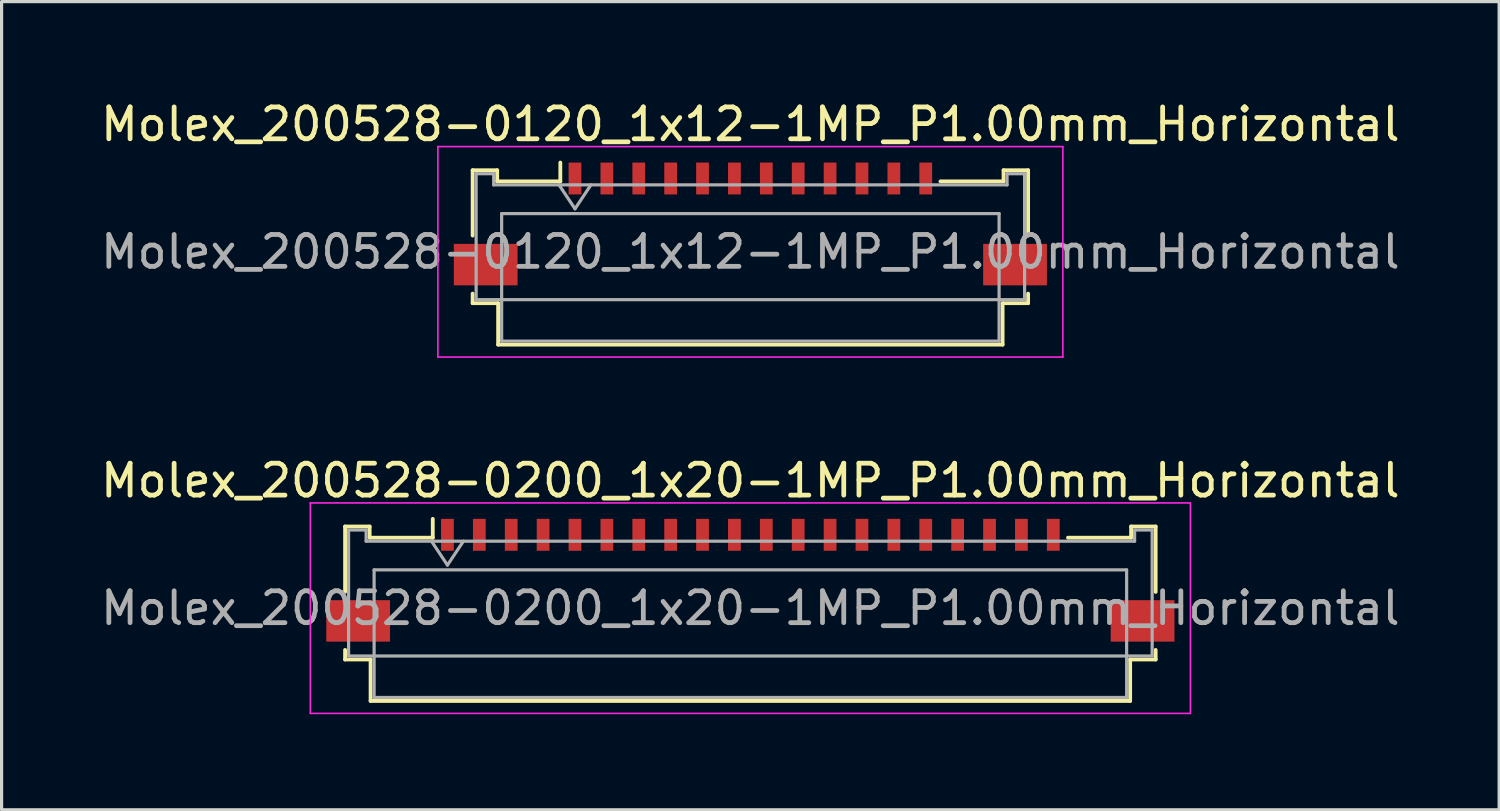
<source format=kicad_pcb>
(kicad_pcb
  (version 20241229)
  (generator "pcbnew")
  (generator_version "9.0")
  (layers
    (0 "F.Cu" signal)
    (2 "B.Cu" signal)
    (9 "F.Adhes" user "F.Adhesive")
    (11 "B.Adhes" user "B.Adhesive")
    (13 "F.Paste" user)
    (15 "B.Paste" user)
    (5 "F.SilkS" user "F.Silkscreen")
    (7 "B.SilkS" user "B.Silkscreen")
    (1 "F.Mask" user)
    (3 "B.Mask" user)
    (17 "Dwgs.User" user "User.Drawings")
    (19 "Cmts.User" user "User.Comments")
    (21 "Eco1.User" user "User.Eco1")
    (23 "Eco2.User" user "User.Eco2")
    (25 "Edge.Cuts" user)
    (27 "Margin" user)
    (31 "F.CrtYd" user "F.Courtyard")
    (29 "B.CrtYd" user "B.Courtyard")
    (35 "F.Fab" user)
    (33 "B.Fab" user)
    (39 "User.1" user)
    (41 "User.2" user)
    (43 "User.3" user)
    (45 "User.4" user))
  (footprint "Molex_200528-0200_1x20-1MP_P1.00mm_Horizontal"
    (layer "F.Cu")
    (at 20.482 14.632)
    (property "Reference" "Molex_200528-0200_1x20-1MP_P1.00mm_Horizontal" (at 0 -2.61 0) (layer "F.SilkS") (effects (font (size 1 1) (thickness 0.15))))
    (attr smd)
    (fp_line (start -12.71 -1.17) (end -12.71 0.88) (stroke (width 0.12) (type solid)) (layer "F.SilkS"))
    (fp_line (start -12.71 2.7) (end -12.71 3) (stroke (width 0.12) (type solid)) (layer "F.SilkS"))
    (fp_line (start -12.71 3) (end -11.91 3) (stroke (width 0.12) (type solid)) (layer "F.SilkS"))
    (fp_line (start -11.94 -1.17) (end -12.71 -1.17) (stroke (width 0.12) (type solid)) (layer "F.SilkS"))
    (fp_line (start -11.94 -0.82) (end -11.94 -1.17) (stroke (width 0.12) (type solid)) (layer "F.SilkS"))
    (fp_line (start -11.91 3) (end -11.91 4.3) (stroke (width 0.12) (type solid)) (layer "F.SilkS"))
    (fp_line (start -11.91 4.3) (end 11.91 4.3) (stroke (width 0.12) (type solid)) (layer "F.SilkS"))
    (fp_line (start -9.96 -1.41) (end -9.96 -0.82) (stroke (width 0.12) (type solid)) (layer "F.SilkS"))
    (fp_line (start -9.96 -0.82) (end -11.94 -0.82) (stroke (width 0.12) (type solid)) (layer "F.SilkS"))
    (fp_line (start 11.91 3) (end 12.71 3) (stroke (width 0.12) (type solid)) (layer "F.SilkS"))
    (fp_line (start 11.91 4.3) (end 11.91 3) (stroke (width 0.12) (type solid)) (layer "F.SilkS"))
    (fp_line (start 11.94 -1.17) (end 11.94 -0.82) (stroke (width 0.12) (type solid)) (layer "F.SilkS"))
    (fp_line (start 11.94 -0.82) (end 9.96 -0.82) (stroke (width 0.12) (type solid)) (layer "F.SilkS"))
    (fp_line (start 12.71 -1.17) (end 11.94 -1.17) (stroke (width 0.12) (type solid)) (layer "F.SilkS"))
    (fp_line (start 12.71 0.88) (end 12.71 -1.17) (stroke (width 0.12) (type solid)) (layer "F.SilkS"))
    (fp_line (start 12.71 3) (end 12.71 2.7) (stroke (width 0.12) (type solid)) (layer "F.SilkS"))
    (fp_line (start -13.8 -1.91) (end -13.8 4.69) (stroke (width 0.05) (type solid)) (layer "F.CrtYd"))
    (fp_line (start -13.8 4.69) (end 13.8 4.69) (stroke (width 0.05) (type solid)) (layer "F.CrtYd"))
    (fp_line (start 13.8 -1.91) (end -13.8 -1.91) (stroke (width 0.05) (type solid)) (layer "F.CrtYd"))
    (fp_line (start 13.8 4.69) (end 13.8 -1.91) (stroke (width 0.05) (type solid)) (layer "F.CrtYd"))
    (fp_line (start -12.6 -1.06) (end -12.6 2.89) (stroke (width 0.1) (type solid)) (layer "F.Fab"))
    (fp_line (start -12.6 2.89) (end 12.6 2.89) (stroke (width 0.1) (type solid)) (layer "F.Fab"))
    (fp_line (start -12.05 -1.06) (end -12.6 -1.06) (stroke (width 0.1) (type solid)) (layer "F.Fab"))
    (fp_line (start -12.05 -0.71) (end -12.05 -1.06) (stroke (width 0.1) (type solid)) (layer "F.Fab"))
    (fp_line (start -11.8 0.19) (end -11.8 4.19) (stroke (width 0.1) (type solid)) (layer "F.Fab"))
    (fp_line (start -11.8 4.19) (end 11.8 4.19) (stroke (width 0.1) (type solid)) (layer "F.Fab"))
    (fp_line (start -10 -0.71) (end -9.5 0.04) (stroke (width 0.1) (type solid)) (layer "F.Fab"))
    (fp_line (start -9.5 0.04) (end -9 -0.71) (stroke (width 0.1) (type solid)) (layer "F.Fab"))
    (fp_line (start 11.8 0.19) (end -11.8 0.19) (stroke (width 0.1) (type solid)) (layer "F.Fab"))
    (fp_line (start 11.8 4.19) (end 11.8 0.19) (stroke (width 0.1) (type solid)) (layer "F.Fab"))
    (fp_line (start 12.05 -1.06) (end 12.05 -0.71) (stroke (width 0.1) (type solid)) (layer "F.Fab"))
    (fp_line (start 12.05 -0.71) (end -12.05 -0.71) (stroke (width 0.1) (type solid)) (layer "F.Fab"))
    (fp_line (start 12.6 -1.06) (end 12.05 -1.06) (stroke (width 0.1) (type solid)) (layer "F.Fab"))
    (fp_line (start 12.6 2.89) (end 12.6 -1.06) (stroke (width 0.1) (type solid)) (layer "F.Fab"))
    (fp_text user "${REFERENCE}" (at 0 1.39 0) (layer "F.Fab") (effects (font (size 1 1) (thickness 0.15))))
    (pad "1" smd rect (at -9.5 -0.91) (size 0.4 1) (layers "F.Cu" "F.Mask" "F.Paste"))
    (pad "2" smd rect (at -8.5 -0.91) (size 0.4 1) (layers "F.Cu" "F.Mask" "F.Paste"))
    (pad "3" smd rect (at -7.5 -0.91) (size 0.4 1) (layers "F.Cu" "F.Mask" "F.Paste"))
    (pad "4" smd rect (at -6.5 -0.91) (size 0.4 1) (layers "F.Cu" "F.Mask" "F.Paste"))
    (pad "5" smd rect (at -5.5 -0.91) (size 0.4 1) (layers "F.Cu" "F.Mask" "F.Paste"))
    (pad "6" smd rect (at -4.5 -0.91) (size 0.4 1) (layers "F.Cu" "F.Mask" "F.Paste"))
    (pad "7" smd rect (at -3.5 -0.91) (size 0.4 1) (layers "F.Cu" "F.Mask" "F.Paste"))
    (pad "8" smd rect (at -2.5 -0.91) (size 0.4 1) (layers "F.Cu" "F.Mask" "F.Paste"))
    (pad "9" smd rect (at -1.5 -0.91) (size 0.4 1) (layers "F.Cu" "F.Mask" "F.Paste"))
    (pad "10" smd rect (at -0.5 -0.91) (size 0.4 1) (layers "F.Cu" "F.Mask" "F.Paste"))
    (pad "11" smd rect (at 0.5 -0.91) (size 0.4 1) (layers "F.Cu" "F.Mask" "F.Paste"))
    (pad "12" smd rect (at 1.5 -0.91) (size 0.4 1) (layers "F.Cu" "F.Mask" "F.Paste"))
    (pad "13" smd rect (at 2.5 -0.91) (size 0.4 1) (layers "F.Cu" "F.Mask" "F.Paste"))
    (pad "14" smd rect (at 3.5 -0.91) (size 0.4 1) (layers "F.Cu" "F.Mask" "F.Paste"))
    (pad "15" smd rect (at 4.5 -0.91) (size 0.4 1) (layers "F.Cu" "F.Mask" "F.Paste"))
    (pad "16" smd rect (at 5.5 -0.91) (size 0.4 1) (layers "F.Cu" "F.Mask" "F.Paste"))
    (pad "17" smd rect (at 6.5 -0.91) (size 0.4 1) (layers "F.Cu" "F.Mask" "F.Paste"))
    (pad "18" smd rect (at 7.5 -0.91) (size 0.4 1) (layers "F.Cu" "F.Mask" "F.Paste"))
    (pad "19" smd rect (at 8.5 -0.91) (size 0.4 1) (layers "F.Cu" "F.Mask" "F.Paste"))
    (pad "20" smd rect (at 9.5 -0.91) (size 0.4 1) (layers "F.Cu" "F.Mask" "F.Paste"))
    (pad "MP" smd rect (at -12.3 1.79) (size 2 1.3) (layers "F.Cu" "F.Mask" "F.Paste"))
    (pad "MP" smd rect (at 12.3 1.79) (size 2 1.3) (layers "F.Cu" "F.Mask" "F.Paste")))
  (footprint "Molex_200528-0120_1x12-1MP_P1.00mm_Horizontal"
    (layer "F.Cu")
    (at 20.482 3.458)
    (property "Reference" "Molex_200528-0120_1x12-1MP_P1.00mm_Horizontal" (at 0 -2.61 0) (layer "F.SilkS") (effects (font (size 1 1) (thickness 0.15))))
    (attr smd)
    (fp_line (start -8.71 -1.17) (end -8.71 0.88) (stroke (width 0.12) (type solid)) (layer "F.SilkS"))
    (fp_line (start -8.71 2.7) (end -8.71 3) (stroke (width 0.12) (type solid)) (layer "F.SilkS"))
    (fp_line (start -8.71 3) (end -7.91 3) (stroke (width 0.12) (type solid)) (layer "F.SilkS"))
    (fp_line (start -7.94 -1.17) (end -8.71 -1.17) (stroke (width 0.12) (type solid)) (layer "F.SilkS"))
    (fp_line (start -7.94 -0.82) (end -7.94 -1.17) (stroke (width 0.12) (type solid)) (layer "F.SilkS"))
    (fp_line (start -7.91 3) (end -7.91 4.3) (stroke (width 0.12) (type solid)) (layer "F.SilkS"))
    (fp_line (start -7.91 4.3) (end 7.91 4.3) (stroke (width 0.12) (type solid)) (layer "F.SilkS"))
    (fp_line (start -5.96 -1.41) (end -5.96 -0.82) (stroke (width 0.12) (type solid)) (layer "F.SilkS"))
    (fp_line (start -5.96 -0.82) (end -7.94 -0.82) (stroke (width 0.12) (type solid)) (layer "F.SilkS"))
    (fp_line (start 7.91 3) (end 8.71 3) (stroke (width 0.12) (type solid)) (layer "F.SilkS"))
    (fp_line (start 7.91 4.3) (end 7.91 3) (stroke (width 0.12) (type solid)) (layer "F.SilkS"))
    (fp_line (start 7.94 -1.17) (end 7.94 -0.82) (stroke (width 0.12) (type solid)) (layer "F.SilkS"))
    (fp_line (start 7.94 -0.82) (end 5.96 -0.82) (stroke (width 0.12) (type solid)) (layer "F.SilkS"))
    (fp_line (start 8.71 -1.17) (end 7.94 -1.17) (stroke (width 0.12) (type solid)) (layer "F.SilkS"))
    (fp_line (start 8.71 0.88) (end 8.71 -1.17) (stroke (width 0.12) (type solid)) (layer "F.SilkS"))
    (fp_line (start 8.71 3) (end 8.71 2.7) (stroke (width 0.12) (type solid)) (layer "F.SilkS"))
    (fp_line (start -9.8 -1.91) (end -9.8 4.69) (stroke (width 0.05) (type solid)) (layer "F.CrtYd"))
    (fp_line (start -9.8 4.69) (end 9.8 4.69) (stroke (width 0.05) (type solid)) (layer "F.CrtYd"))
    (fp_line (start 9.8 -1.91) (end -9.8 -1.91) (stroke (width 0.05) (type solid)) (layer "F.CrtYd"))
    (fp_line (start 9.8 4.69) (end 9.8 -1.91) (stroke (width 0.05) (type solid)) (layer "F.CrtYd"))
    (fp_line (start -8.6 -1.06) (end -8.6 2.89) (stroke (width 0.1) (type solid)) (layer "F.Fab"))
    (fp_line (start -8.6 2.89) (end 8.6 2.89) (stroke (width 0.1) (type solid)) (layer "F.Fab"))
    (fp_line (start -8.05 -1.06) (end -8.6 -1.06) (stroke (width 0.1) (type solid)) (layer "F.Fab"))
    (fp_line (start -8.05 -0.71) (end -8.05 -1.06) (stroke (width 0.1) (type solid)) (layer "F.Fab"))
    (fp_line (start -7.8 0.19) (end -7.8 4.19) (stroke (width 0.1) (type solid)) (layer "F.Fab"))
    (fp_line (start -7.8 4.19) (end 7.8 4.19) (stroke (width 0.1) (type solid)) (layer "F.Fab"))
    (fp_line (start -6 -0.71) (end -5.5 0.04) (stroke (width 0.1) (type solid)) (layer "F.Fab"))
    (fp_line (start -5.5 0.04) (end -5 -0.71) (stroke (width 0.1) (type solid)) (layer "F.Fab"))
    (fp_line (start 7.8 0.19) (end -7.8 0.19) (stroke (width 0.1) (type solid)) (layer "F.Fab"))
    (fp_line (start 7.8 4.19) (end 7.8 0.19) (stroke (width 0.1) (type solid)) (layer "F.Fab"))
    (fp_line (start 8.05 -1.06) (end 8.05 -0.71) (stroke (width 0.1) (type solid)) (layer "F.Fab"))
    (fp_line (start 8.05 -0.71) (end -8.05 -0.71) (stroke (width 0.1) (type solid)) (layer "F.Fab"))
    (fp_line (start 8.6 -1.06) (end 8.05 -1.06) (stroke (width 0.1) (type solid)) (layer "F.Fab"))
    (fp_line (start 8.6 2.89) (end 8.6 -1.06) (stroke (width 0.1) (type solid)) (layer "F.Fab"))
    (fp_text user "${REFERENCE}" (at 0 1.39 0) (layer "F.Fab") (effects (font (size 1 1) (thickness 0.15))))
    (pad "1" smd rect (at -5.5 -0.91) (size 0.4 1) (layers "F.Cu" "F.Mask" "F.Paste"))
    (pad "2" smd rect (at -4.5 -0.91) (size 0.4 1) (layers "F.Cu" "F.Mask" "F.Paste"))
    (pad "3" smd rect (at -3.5 -0.91) (size 0.4 1) (layers "F.Cu" "F.Mask" "F.Paste"))
    (pad "4" smd rect (at -2.5 -0.91) (size 0.4 1) (layers "F.Cu" "F.Mask" "F.Paste"))
    (pad "5" smd rect (at -1.5 -0.91) (size 0.4 1) (layers "F.Cu" "F.Mask" "F.Paste"))
    (pad "6" smd rect (at -0.5 -0.91) (size 0.4 1) (layers "F.Cu" "F.Mask" "F.Paste"))
    (pad "7" smd rect (at 0.5 -0.91) (size 0.4 1) (layers "F.Cu" "F.Mask" "F.Paste"))
    (pad "8" smd rect (at 1.5 -0.91) (size 0.4 1) (layers "F.Cu" "F.Mask" "F.Paste"))
    (pad "9" smd rect (at 2.5 -0.91) (size 0.4 1) (layers "F.Cu" "F.Mask" "F.Paste"))
    (pad "10" smd rect (at 3.5 -0.91) (size 0.4 1) (layers "F.Cu" "F.Mask" "F.Paste"))
    (pad "11" smd rect (at 4.5 -0.91) (size 0.4 1) (layers "F.Cu" "F.Mask" "F.Paste"))
    (pad "12" smd rect (at 5.5 -0.91) (size 0.4 1) (layers "F.Cu" "F.Mask" "F.Paste"))
    (pad "MP" smd rect (at -8.3 1.79) (size 2 1.3) (layers "F.Cu" "F.Mask" "F.Paste"))
    (pad "MP" smd rect (at 8.3 1.79) (size 2 1.3) (layers "F.Cu" "F.Mask" "F.Paste")))
  (gr_rect
    (start -3 -3)
    (end 43.964 22.346)
    (stroke (width 0.1) (type default))
    (fill no)
    (layer "Edge.Cuts")))
</source>
